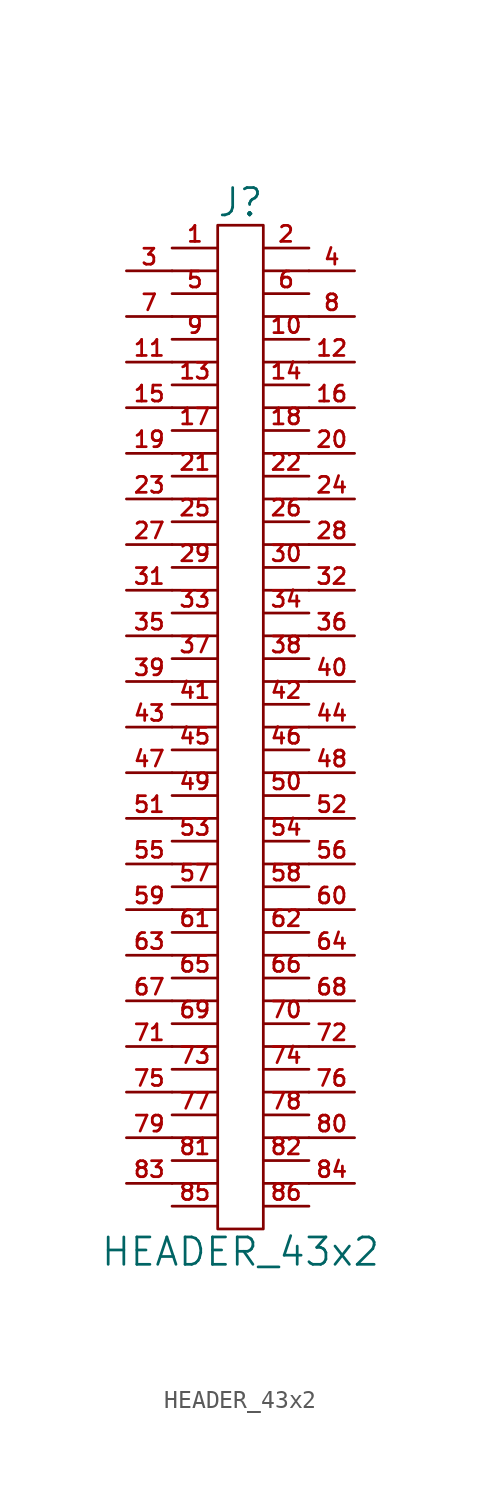
<source format=kicad_sym>
(kicad_symbol_lib
  (version 20220914)
  (generator kicad_symbol_editor)
  (symbol "HEADER_43x2"
    (pin_names
      (offset 0))
    (property "Reference" "J"
      (at 0 29.21 0)
      (effects (font (size 1.524 1.524))))
    (property "Value" "HEADER_43x2"
      (at 0 -29.21 0)
      (effects (font (size 1.524 1.524))))
    (property "Footprint" ""
      (at 0 2.54 0)
      (effects (font (size 1.524 1.524))))
    (property "Datasheet" ""
      (at 0 0 0)
      (effects (font (size 1.524 1.524))))
    (symbol "HEADER_43x2_0_1"
      (polyline (pts (xy -3.81 -25.4) (xy -1.27 -25.4)) (stroke (width 0) (type solid)) (fill (type none)))
      (polyline (pts (xy -3.81 -22.86) (xy -1.27 -22.86)) (stroke (width 0) (type solid)) (fill (type none)))
      (polyline (pts (xy -3.81 -20.32) (xy -1.27 -20.32)) (stroke (width 0) (type solid)) (fill (type none)))
      (polyline (pts (xy -3.81 -17.78) (xy -1.27 -17.78)) (stroke (width 0) (type solid)) (fill (type none)))
      (polyline (pts (xy -3.81 -15.24) (xy -1.27 -15.24)) (stroke (width 0) (type solid)) (fill (type none)))
      (polyline (pts (xy -3.81 -12.7) (xy -1.27 -12.7)) (stroke (width 0) (type solid)) (fill (type none)))
      (polyline (pts (xy -3.81 -10.16) (xy -1.27 -10.16)) (stroke (width 0) (type solid)) (fill (type none)))
      (polyline (pts (xy -3.81 -7.62) (xy -1.27 -7.62)) (stroke (width 0) (type solid)) (fill (type none)))
      (polyline (pts (xy -3.81 -5.08) (xy -1.27 -5.08)) (stroke (width 0) (type solid)) (fill (type none)))
      (polyline (pts (xy -3.81 -2.54) (xy -1.27 -2.54)) (stroke (width 0) (type solid)) (fill (type none)))
      (polyline (pts (xy -3.81 0) (xy -1.27 0)) (stroke (width 0) (type solid)) (fill (type none)))
      (polyline (pts (xy -3.81 2.54) (xy -1.27 2.54)) (stroke (width 0) (type solid)) (fill (type none)))
      (polyline (pts (xy -3.81 5.08) (xy -1.27 5.08)) (stroke (width 0) (type solid)) (fill (type none)))
      (polyline (pts (xy -3.81 7.62) (xy -1.27 7.62)) (stroke (width 0) (type solid)) (fill (type none)))
      (polyline (pts (xy -3.81 10.16) (xy -1.27 10.16)) (stroke (width 0) (type solid)) (fill (type none)))
      (polyline (pts (xy -3.81 12.7) (xy -1.27 12.7)) (stroke (width 0) (type solid)) (fill (type none)))
      (polyline (pts (xy -3.81 15.24) (xy -1.27 15.24)) (stroke (width 0) (type solid)) (fill (type none)))
      (polyline (pts (xy -3.81 17.78) (xy -1.27 17.78)) (stroke (width 0) (type solid)) (fill (type none)))
      (polyline (pts (xy -3.81 20.32) (xy -1.27 20.32)) (stroke (width 0) (type solid)) (fill (type none)))
      (polyline (pts (xy -3.81 22.86) (xy -1.27 22.86)) (stroke (width 0) (type solid)) (fill (type none)))
      (polyline (pts (xy -3.81 25.4) (xy -1.27 25.4)) (stroke (width 0) (type solid)) (fill (type none)))
      (polyline (pts (xy 1.27 -25.4) (xy 3.81 -25.4)) (stroke (width 0) (type solid)) (fill (type none)))
      (polyline (pts (xy 1.27 -22.86) (xy 3.81 -22.86)) (stroke (width 0) (type solid)) (fill (type none)))
      (polyline (pts (xy 1.27 -20.32) (xy 3.81 -20.32)) (stroke (width 0) (type solid)) (fill (type none)))
      (polyline (pts (xy 1.27 -17.78) (xy 3.81 -17.78)) (stroke (width 0) (type solid)) (fill (type none)))
      (polyline (pts (xy 1.27 -15.24) (xy 3.81 -15.24)) (stroke (width 0) (type solid)) (fill (type none)))
      (polyline (pts (xy 1.27 -12.7) (xy 3.81 -12.7)) (stroke (width 0) (type solid)) (fill (type none)))
      (polyline (pts (xy 1.27 -10.16) (xy 3.81 -10.16)) (stroke (width 0) (type solid)) (fill (type none)))
      (polyline (pts (xy 1.27 -7.62) (xy 3.81 -7.62)) (stroke (width 0) (type solid)) (fill (type none)))
      (polyline (pts (xy 1.27 -5.08) (xy 3.81 -5.08)) (stroke (width 0) (type solid)) (fill (type none)))
      (polyline (pts (xy 1.27 -2.54) (xy 3.81 -2.54)) (stroke (width 0) (type solid)) (fill (type none)))
      (polyline (pts (xy 1.27 0) (xy 3.81 0)) (stroke (width 0) (type solid)) (fill (type none)))
      (polyline (pts (xy 1.27 2.54) (xy 3.81 2.54)) (stroke (width 0) (type solid)) (fill (type none)))
      (polyline (pts (xy 1.27 5.08) (xy 3.81 5.08)) (stroke (width 0) (type solid)) (fill (type none)))
      (polyline (pts (xy 1.27 7.62) (xy 3.81 7.62)) (stroke (width 0) (type solid)) (fill (type none)))
      (polyline (pts (xy 1.27 10.16) (xy 3.81 10.16)) (stroke (width 0) (type solid)) (fill (type none)))
      (polyline (pts (xy 1.27 12.7) (xy 3.81 12.7)) (stroke (width 0) (type solid)) (fill (type none)))
      (polyline (pts (xy 1.27 15.24) (xy 3.81 15.24)) (stroke (width 0) (type solid)) (fill (type none)))
      (polyline (pts (xy 1.27 17.78) (xy 3.81 17.78)) (stroke (width 0) (type solid)) (fill (type none)))
      (polyline (pts (xy 1.27 20.32) (xy 3.81 20.32)) (stroke (width 0) (type solid)) (fill (type none)))
      (polyline (pts (xy 1.27 22.86) (xy 3.81 22.86)) (stroke (width 0) (type solid)) (fill (type none)))
      (polyline (pts (xy 1.27 25.4) (xy 3.81 25.4)) (stroke (width 0) (type solid)) (fill (type none)))
      (rectangle (start 1.27 -27.94) (end -1.27 27.94) (stroke (width 0) (type solid)) (fill (type none))))
    (symbol "HEADER_43x2_1_1"
      (pin passive line (at -3.81 26.67 0) (length 2.54) (name "~" (effects (font (size 1.27 1.27)))) (number "1" (effects (font (size 0.889 0.889)))))
      (pin passive line (at 3.81 21.59 180) (length 2.54) (name "~" (effects (font (size 1.27 1.27)))) (number "10" (effects (font (size 0.889 0.889)))))
      (pin passive line (at -6.35 20.32 0) (length 2.54) (name "~" (effects (font (size 1.27 1.27)))) (number "11" (effects (font (size 0.889 0.889)))))
      (pin passive line (at 6.35 20.32 180) (length 2.54) (name "~" (effects (font (size 1.27 1.27)))) (number "12" (effects (font (size 0.889 0.889)))))
      (pin passive line (at -3.81 19.05 0) (length 2.54) (name "~" (effects (font (size 1.27 1.27)))) (number "13" (effects (font (size 0.889 0.889)))))
      (pin passive line (at 3.81 19.05 180) (length 2.54) (name "~" (effects (font (size 1.27 1.27)))) (number "14" (effects (font (size 0.889 0.889)))))
      (pin passive line (at -6.35 17.78 0) (length 2.54) (name "~" (effects (font (size 1.27 1.27)))) (number "15" (effects (font (size 0.889 0.889)))))
      (pin passive line (at 6.35 17.78 180) (length 2.54) (name "~" (effects (font (size 1.27 1.27)))) (number "16" (effects (font (size 0.889 0.889)))))
      (pin passive line (at -3.81 16.51 0) (length 2.54) (name "~" (effects (font (size 1.27 1.27)))) (number "17" (effects (font (size 0.889 0.889)))))
      (pin passive line (at 3.81 16.51 180) (length 2.54) (name "~" (effects (font (size 1.27 1.27)))) (number "18" (effects (font (size 0.889 0.889)))))
      (pin passive line (at -6.35 15.24 0) (length 2.54) (name "~" (effects (font (size 1.27 1.27)))) (number "19" (effects (font (size 0.889 0.889)))))
      (pin passive line (at 3.81 26.67 180) (length 2.54) (name "~" (effects (font (size 1.27 1.27)))) (number "2" (effects (font (size 0.889 0.889)))))
      (pin passive line (at 6.35 15.24 180) (length 2.54) (name "~" (effects (font (size 1.27 1.27)))) (number "20" (effects (font (size 0.889 0.889)))))
      (pin passive line (at -3.81 13.97 0) (length 2.54) (name "~" (effects (font (size 1.27 1.27)))) (number "21" (effects (font (size 0.889 0.889)))))
      (pin passive line (at 3.81 13.97 180) (length 2.54) (name "~" (effects (font (size 1.27 1.27)))) (number "22" (effects (font (size 0.889 0.889)))))
      (pin passive line (at -6.35 12.7 0) (length 2.54) (name "~" (effects (font (size 1.27 1.27)))) (number "23" (effects (font (size 0.889 0.889)))))
      (pin passive line (at 6.35 12.7 180) (length 2.54) (name "~" (effects (font (size 1.27 1.27)))) (number "24" (effects (font (size 0.889 0.889)))))
      (pin passive line (at -3.81 11.43 0) (length 2.54) (name "~" (effects (font (size 1.27 1.27)))) (number "25" (effects (font (size 0.889 0.889)))))
      (pin passive line (at 3.81 11.43 180) (length 2.54) (name "~" (effects (font (size 1.27 1.27)))) (number "26" (effects (font (size 0.889 0.889)))))
      (pin passive line (at -6.35 10.16 0) (length 2.54) (name "~" (effects (font (size 1.27 1.27)))) (number "27" (effects (font (size 0.889 0.889)))))
      (pin passive line (at 6.35 10.16 180) (length 2.54) (name "~" (effects (font (size 1.27 1.27)))) (number "28" (effects (font (size 0.889 0.889)))))
      (pin passive line (at -3.81 8.89 0) (length 2.54) (name "~" (effects (font (size 1.27 1.27)))) (number "29" (effects (font (size 0.889 0.889)))))
      (pin passive line (at -6.35 25.4 0) (length 2.54) (name "~" (effects (font (size 1.27 1.27)))) (number "3" (effects (font (size 0.889 0.889)))))
      (pin passive line (at 3.81 8.89 180) (length 2.54) (name "~" (effects (font (size 1.27 1.27)))) (number "30" (effects (font (size 0.889 0.889)))))
      (pin passive line (at -6.35 7.62 0) (length 2.54) (name "~" (effects (font (size 1.27 1.27)))) (number "31" (effects (font (size 0.889 0.889)))))
      (pin passive line (at 6.35 7.62 180) (length 2.54) (name "~" (effects (font (size 1.27 1.27)))) (number "32" (effects (font (size 0.889 0.889)))))
      (pin passive line (at -3.81 6.35 0) (length 2.54) (name "~" (effects (font (size 1.27 1.27)))) (number "33" (effects (font (size 0.889 0.889)))))
      (pin passive line (at 3.81 6.35 180) (length 2.54) (name "~" (effects (font (size 1.27 1.27)))) (number "34" (effects (font (size 0.889 0.889)))))
      (pin passive line (at -6.35 5.08 0) (length 2.54) (name "~" (effects (font (size 1.27 1.27)))) (number "35" (effects (font (size 0.889 0.889)))))
      (pin passive line (at 6.35 5.08 180) (length 2.54) (name "~" (effects (font (size 1.27 1.27)))) (number "36" (effects (font (size 0.889 0.889)))))
      (pin passive line (at -3.81 3.81 0) (length 2.54) (name "~" (effects (font (size 0.889 0.889)))) (number "37" (effects (font (size 0.889 0.889)))))
      (pin passive line (at 3.81 3.81 180) (length 2.54) (name "~" (effects (font (size 1.27 1.27)))) (number "38" (effects (font (size 0.889 0.889)))))
      (pin passive line (at -6.35 2.54 0) (length 2.54) (name "~" (effects (font (size 1.27 1.27)))) (number "39" (effects (font (size 0.889 0.889)))))
      (pin passive line (at 6.35 25.4 180) (length 2.54) (name "~" (effects (font (size 1.27 1.27)))) (number "4" (effects (font (size 0.889 0.889)))))
      (pin passive line (at 6.35 2.54 180) (length 2.54) (name "~" (effects (font (size 1.27 1.27)))) (number "40" (effects (font (size 0.889 0.889)))))
      (pin passive line (at -3.81 1.27 0) (length 2.54) (name "~" (effects (font (size 1.27 1.27)))) (number "41" (effects (font (size 0.889 0.889)))))
      (pin passive line (at 3.81 1.27 180) (length 2.54) (name "~" (effects (font (size 1.27 1.27)))) (number "42" (effects (font (size 0.889 0.889)))))
      (pin passive line (at -6.35 0 0) (length 2.54) (name "~" (effects (font (size 1.27 1.27)))) (number "43" (effects (font (size 0.889 0.889)))))
      (pin passive line (at 6.35 0 180) (length 2.54) (name "~" (effects (font (size 1.27 1.27)))) (number "44" (effects (font (size 0.889 0.889)))))
      (pin passive line (at -3.81 -1.27 0) (length 2.54) (name "~" (effects (font (size 1.27 1.27)))) (number "45" (effects (font (size 0.889 0.889)))))
      (pin passive line (at 3.81 -1.27 180) (length 2.54) (name "~" (effects (font (size 1.27 1.27)))) (number "46" (effects (font (size 0.889 0.889)))))
      (pin passive line (at -6.35 -2.54 0) (length 2.54) (name "~" (effects (font (size 1.27 1.27)))) (number "47" (effects (font (size 0.889 0.889)))))
      (pin passive line (at 6.35 -2.54 180) (length 2.54) (name "~" (effects (font (size 1.27 1.27)))) (number "48" (effects (font (size 0.889 0.889)))))
      (pin passive line (at -3.81 -3.81 0) (length 2.54) (name "~" (effects (font (size 1.27 1.27)))) (number "49" (effects (font (size 0.889 0.889)))))
      (pin passive line (at -3.81 24.13 0) (length 2.54) (name "~" (effects (font (size 1.27 1.27)))) (number "5" (effects (font (size 0.889 0.889)))))
      (pin passive line (at 3.81 -3.81 180) (length 2.54) (name "~" (effects (font (size 1.27 1.27)))) (number "50" (effects (font (size 0.889 0.889)))))
      (pin passive line (at -6.35 -5.08 0) (length 2.54) (name "~" (effects (font (size 1.27 1.27)))) (number "51" (effects (font (size 0.889 0.889)))))
      (pin passive line (at 6.35 -5.08 180) (length 2.54) (name "~" (effects (font (size 1.27 1.27)))) (number "52" (effects (font (size 0.889 0.889)))))
      (pin passive line (at -3.81 -6.35 0) (length 2.54) (name "~" (effects (font (size 1.27 1.27)))) (number "53" (effects (font (size 0.889 0.889)))))
      (pin passive line (at 3.81 -6.35 180) (length 2.54) (name "~" (effects (font (size 1.27 1.27)))) (number "54" (effects (font (size 0.889 0.889)))))
      (pin passive line (at -6.35 -7.62 0) (length 2.54) (name "~" (effects (font (size 1.27 1.27)))) (number "55" (effects (font (size 0.889 0.889)))))
      (pin passive line (at 6.35 -7.62 180) (length 2.54) (name "~" (effects (font (size 1.27 1.27)))) (number "56" (effects (font (size 0.889 0.889)))))
      (pin passive line (at -3.81 -8.89 0) (length 2.54) (name "~" (effects (font (size 1.27 1.27)))) (number "57" (effects (font (size 0.889 0.889)))))
      (pin passive line (at 3.81 -8.89 180) (length 2.54) (name "~" (effects (font (size 1.27 1.27)))) (number "58" (effects (font (size 0.889 0.889)))))
      (pin passive line (at -6.35 -10.16 0) (length 2.54) (name "~" (effects (font (size 1.27 1.27)))) (number "59" (effects (font (size 0.889 0.889)))))
      (pin passive line (at 3.81 24.13 180) (length 2.54) (name "~" (effects (font (size 1.27 1.27)))) (number "6" (effects (font (size 0.889 0.889)))))
      (pin passive line (at 6.35 -10.16 180) (length 2.54) (name "~" (effects (font (size 1.27 1.27)))) (number "60" (effects (font (size 0.889 0.889)))))
      (pin passive line (at -3.81 -11.43 0) (length 2.54) (name "~" (effects (font (size 1.27 1.27)))) (number "61" (effects (font (size 0.889 0.889)))))
      (pin passive line (at 3.81 -11.43 180) (length 2.54) (name "~" (effects (font (size 1.27 1.27)))) (number "62" (effects (font (size 0.889 0.889)))))
      (pin passive line (at -6.35 -12.7 0) (length 2.54) (name "~" (effects (font (size 1.27 1.27)))) (number "63" (effects (font (size 0.889 0.889)))))
      (pin passive line (at 6.35 -12.7 180) (length 2.54) (name "~" (effects (font (size 1.27 1.27)))) (number "64" (effects (font (size 0.889 0.889)))))
      (pin passive line (at -3.81 -13.97 0) (length 2.54) (name "~" (effects (font (size 1.27 1.27)))) (number "65" (effects (font (size 0.889 0.889)))))
      (pin passive line (at 3.81 -13.97 180) (length 2.54) (name "~" (effects (font (size 1.27 1.27)))) (number "66" (effects (font (size 0.889 0.889)))))
      (pin passive line (at -6.35 -15.24 0) (length 2.54) (name "~" (effects (font (size 1.27 1.27)))) (number "67" (effects (font (size 0.889 0.889)))))
      (pin passive line (at 6.35 -15.24 180) (length 2.54) (name "~" (effects (font (size 1.27 1.27)))) (number "68" (effects (font (size 0.889 0.889)))))
      (pin passive line (at -3.81 -16.51 0) (length 2.54) (name "~" (effects (font (size 1.27 1.27)))) (number "69" (effects (font (size 0.889 0.889)))))
      (pin passive line (at -6.35 22.86 0) (length 2.54) (name "~" (effects (font (size 1.27 1.27)))) (number "7" (effects (font (size 0.889 0.889)))))
      (pin passive line (at 3.81 -16.51 180) (length 2.54) (name "~" (effects (font (size 1.27 1.27)))) (number "70" (effects (font (size 0.889 0.889)))))
      (pin passive line (at -6.35 -17.78 0) (length 2.54) (name "~" (effects (font (size 1.27 1.27)))) (number "71" (effects (font (size 0.889 0.889)))))
      (pin passive line (at 6.35 -17.78 180) (length 2.54) (name "~" (effects (font (size 1.27 1.27)))) (number "72" (effects (font (size 0.889 0.889)))))
      (pin passive line (at -3.81 -19.05 0) (length 2.54) (name "~" (effects (font (size 1.27 1.27)))) (number "73" (effects (font (size 0.889 0.889)))))
      (pin passive line (at 3.81 -19.05 180) (length 2.54) (name "~" (effects (font (size 1.27 1.27)))) (number "74" (effects (font (size 0.889 0.889)))))
      (pin passive line (at -6.35 -20.32 0) (length 2.54) (name "~" (effects (font (size 1.27 1.27)))) (number "75" (effects (font (size 0.889 0.889)))))
      (pin passive line (at 6.35 -20.32 180) (length 2.54) (name "~" (effects (font (size 1.27 1.27)))) (number "76" (effects (font (size 0.889 0.889)))))
      (pin passive line (at -3.81 -21.59 0) (length 2.54) (name "~" (effects (font (size 1.27 1.27)))) (number "77" (effects (font (size 0.889 0.889)))))
      (pin passive line (at 3.81 -21.59 180) (length 2.54) (name "~" (effects (font (size 1.27 1.27)))) (number "78" (effects (font (size 0.889 0.889)))))
      (pin passive line (at -6.35 -22.86 0) (length 2.54) (name "~" (effects (font (size 1.27 1.27)))) (number "79" (effects (font (size 0.889 0.889)))))
      (pin passive line (at 6.35 22.86 180) (length 2.54) (name "~" (effects (font (size 1.27 1.27)))) (number "8" (effects (font (size 0.889 0.889)))))
      (pin passive line (at 6.35 -22.86 180) (length 2.54) (name "~" (effects (font (size 1.27 1.27)))) (number "80" (effects (font (size 0.889 0.889)))))
      (pin passive line (at -3.81 -24.13 0) (length 2.54) (name "~" (effects (font (size 1.27 1.27)))) (number "81" (effects (font (size 0.889 0.889)))))
      (pin passive line (at 3.81 -24.13 180) (length 2.54) (name "~" (effects (font (size 1.27 1.27)))) (number "82" (effects (font (size 0.889 0.889)))))
      (pin passive line (at -6.35 -25.4 0) (length 2.54) (name "~" (effects (font (size 1.27 1.27)))) (number "83" (effects (font (size 0.889 0.889)))))
      (pin passive line (at 6.35 -25.4 180) (length 2.54) (name "~" (effects (font (size 1.27 1.27)))) (number "84" (effects (font (size 0.889 0.889)))))
      (pin passive line (at -3.81 -26.67 0) (length 2.54) (name "~" (effects (font (size 1.27 1.27)))) (number "85" (effects (font (size 0.889 0.889)))))
      (pin passive line (at 3.81 -26.67 180) (length 2.54) (name "~" (effects (font (size 1.27 1.27)))) (number "86" (effects (font (size 0.889 0.889)))))
      (pin passive line (at -3.81 21.59 0) (length 2.54) (name "~" (effects (font (size 1.27 1.27)))) (number "9" (effects (font (size 0.889 0.889))))))))
</source>
